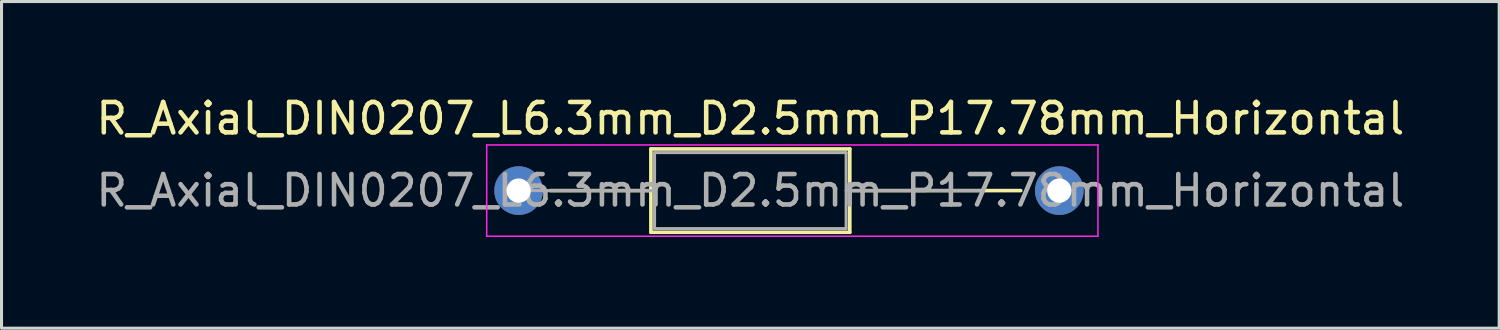
<source format=kicad_pcb>
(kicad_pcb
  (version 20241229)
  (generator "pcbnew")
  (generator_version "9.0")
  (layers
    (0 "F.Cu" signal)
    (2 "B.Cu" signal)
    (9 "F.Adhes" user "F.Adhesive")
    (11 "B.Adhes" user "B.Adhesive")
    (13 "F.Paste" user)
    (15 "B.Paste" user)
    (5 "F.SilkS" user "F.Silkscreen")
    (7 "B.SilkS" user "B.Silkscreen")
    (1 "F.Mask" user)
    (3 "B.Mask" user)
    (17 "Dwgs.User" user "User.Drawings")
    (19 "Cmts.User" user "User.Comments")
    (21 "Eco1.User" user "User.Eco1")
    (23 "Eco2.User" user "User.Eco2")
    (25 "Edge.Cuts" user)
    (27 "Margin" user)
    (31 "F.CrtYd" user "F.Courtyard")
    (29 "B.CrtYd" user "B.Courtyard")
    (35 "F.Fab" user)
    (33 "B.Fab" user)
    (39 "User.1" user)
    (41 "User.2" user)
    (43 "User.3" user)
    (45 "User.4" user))
  (footprint "R_Axial_DIN0207_L6.3mm_D2.5mm_P17.78mm_Horizontal"
    (layer "F.Cu")
    (at 14.005 3.218)
    (property "Reference" "R_Axial_DIN0207_L6.3mm_D2.5mm_P17.78mm_Horizontal" (at 7.62 -2.37 0) (layer "F.SilkS") (effects (font (size 1 1) (thickness 0.15))))
    (attr through_hole)
    (fp_line (start 1.04 0) (end 4.35 0) (stroke (width 0.12) (type solid)) (layer "F.SilkS"))
    (fp_line (start 4.35 -1.37) (end 4.35 1.37) (stroke (width 0.12) (type solid)) (layer "F.SilkS"))
    (fp_line (start 4.35 1.37) (end 10.89 1.37) (stroke (width 0.12) (type solid)) (layer "F.SilkS"))
    (fp_line (start 10.89 -1.37) (end 4.35 -1.37) (stroke (width 0.12) (type solid)) (layer "F.SilkS"))
    (fp_line (start 10.89 1.37) (end 10.89 -1.37) (stroke (width 0.12) (type solid)) (layer "F.SilkS"))
    (fp_line (start 16.51 0) (end 10.89 0) (stroke (width 0.12) (type solid)) (layer "F.SilkS"))
    (fp_line (start -1.05 -1.5) (end -1.05 1.5) (stroke (width 0.05) (type solid)) (layer "F.CrtYd"))
    (fp_line (start -1.05 1.5) (end 19.05 1.5) (stroke (width 0.05) (type solid)) (layer "F.CrtYd"))
    (fp_line (start 19.05 -1.5) (end -1.05 -1.5) (stroke (width 0.05) (type solid)) (layer "F.CrtYd"))
    (fp_line (start 19.05 1.5) (end 19.05 -1.5) (stroke (width 0.05) (type solid)) (layer "F.CrtYd"))
    (fp_line (start 0 0) (end 4.47 0) (stroke (width 0.1) (type solid)) (layer "F.Fab"))
    (fp_line (start 4.47 -1.25) (end 4.47 1.25) (stroke (width 0.1) (type solid)) (layer "F.Fab"))
    (fp_line (start 4.47 1.25) (end 10.77 1.25) (stroke (width 0.1) (type solid)) (layer "F.Fab"))
    (fp_line (start 10.77 -1.25) (end 4.47 -1.25) (stroke (width 0.1) (type solid)) (layer "F.Fab"))
    (fp_line (start 10.77 1.25) (end 10.77 -1.25) (stroke (width 0.1) (type solid)) (layer "F.Fab"))
    (fp_line (start 15.24 0) (end 10.77 0) (stroke (width 0.1) (type solid)) (layer "F.Fab"))
    (fp_text user "${REFERENCE}" (at 7.62 0 0) (layer "F.Fab") (effects (font (size 1 1) (thickness 0.15))))
    (pad "1" thru_hole circle (at 0 0) (size 1.6 1.6) (drill 0.8) (layers "*.Cu" "*.Mask"))
    (pad "2" thru_hole oval (at 17.78 0) (size 1.6 1.6) (drill 0.8) (layers "*.Cu" "*.Mask")))
  (gr_rect
    (start -3 -3)
    (end 46.25 7.743)
    (stroke (width 0.1) (type default))
    (fill no)
    (layer "Edge.Cuts")))
</source>
